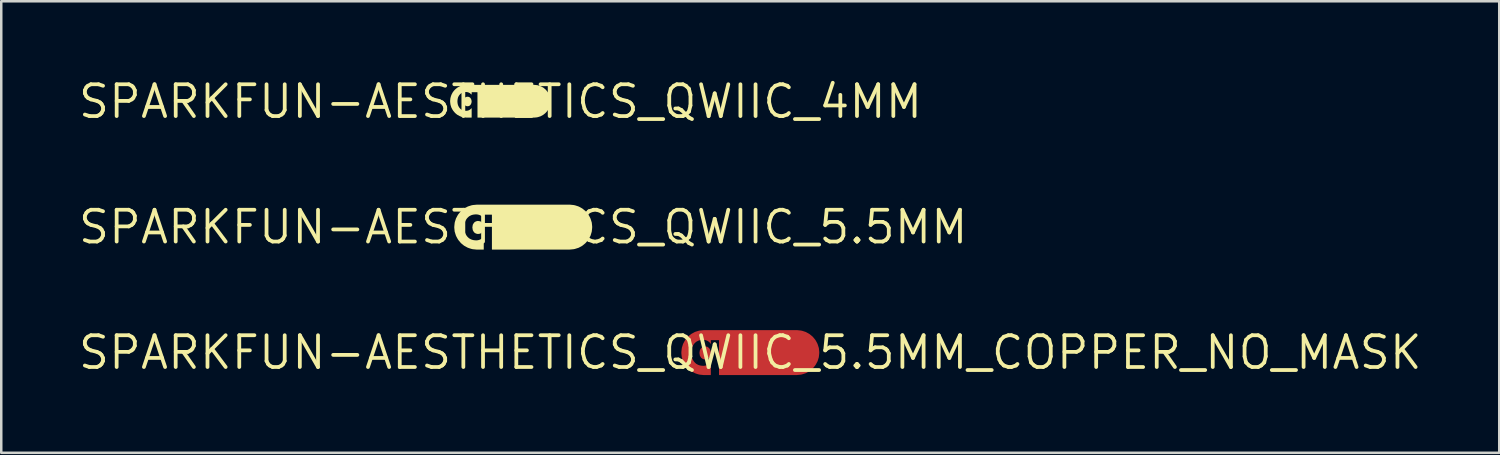
<source format=kicad_pcb>
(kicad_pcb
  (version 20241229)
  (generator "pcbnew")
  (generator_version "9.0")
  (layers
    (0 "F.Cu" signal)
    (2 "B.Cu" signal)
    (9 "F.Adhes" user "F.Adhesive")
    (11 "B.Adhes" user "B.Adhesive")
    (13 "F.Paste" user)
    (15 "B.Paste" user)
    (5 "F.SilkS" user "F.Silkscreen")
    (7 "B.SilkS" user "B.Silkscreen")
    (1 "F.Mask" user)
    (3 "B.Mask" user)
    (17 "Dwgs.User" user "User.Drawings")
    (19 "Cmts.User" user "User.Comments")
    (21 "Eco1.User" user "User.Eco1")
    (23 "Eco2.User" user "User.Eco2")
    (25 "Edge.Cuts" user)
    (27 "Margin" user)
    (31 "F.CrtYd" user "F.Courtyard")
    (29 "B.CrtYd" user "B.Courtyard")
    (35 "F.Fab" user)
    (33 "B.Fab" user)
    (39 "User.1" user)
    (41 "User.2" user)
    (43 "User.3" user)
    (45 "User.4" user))
  (footprint "SPARKFUN-AESTHETICS_QWIIC_5.5MM"
    (layer "F.Cu")
    (at 17.848 6.019)
    (property "Reference" "SPARKFUN-AESTHETICS_QWIIC_5.5MM" (at 0 0 0) (layer "F.SilkS") (effects (font (size 1.27 1.27) (thickness 0.15))))
    (fp_poly (pts (xy -1.761 -0.237) (xy -1.708 -0.227) (xy -1.665 -0.194) (xy -1.627 -0.157) (xy -1.601 -0.11) (xy -1.585 -0.06) (xy -1.577 -0.008) (xy -1.578 0.045) (xy -1.586 0.097) (xy -1.603 0.147) (xy -1.629 0.194) (xy -1.667 0.23) (xy -1.71 0.262) (xy -1.763 0.273) (xy -1.815 0.277) (xy -1.868 0.266) (xy -1.916 0.245) (xy -1.959 0.212) (xy -1.988 0.168) (xy -2.013 0.121) (xy -2.029 0.016) (xy -2.013 -0.089) (xy -1.987 -0.136) (xy -1.957 -0.179) (xy -1.914 -0.212) (xy -1.866 -0.232) (xy -1.813 -0.243)) (stroke (width 0) (type default)) (fill yes) (layer "F.SilkS"))
    (fp_poly (pts (xy 1.914 -0.889) (xy 2.02 -0.878) (xy 2.072 -0.867) (xy 2.174 -0.835) (xy 2.224 -0.817) (xy 2.364 -0.74) (xy 2.487 -0.639) (xy 2.523 -0.599) (xy 2.591 -0.517) (xy 2.62 -0.472) (xy 2.671 -0.379) (xy 2.693 -0.33) (xy 2.741 -0.178) (xy 2.757 -0.019) (xy 2.756 0.034) (xy 2.745 0.14) (xy 2.738 0.193) (xy 2.691 0.346) (xy 2.616 0.487) (xy 2.585 0.53) (xy 2.518 0.612) (xy 2.481 0.651) (xy 2.357 0.752) (xy 2.216 0.828) (xy 2.064 0.876) (xy 2.012 0.886) (xy 1.853 0.901) (xy -1.246 0.901) (xy -1.248 0.867) (xy -1.248 -0.495) (xy -1.25 -0.495) (xy -1.573 -0.495) (xy -1.574 -0.461) (xy -1.574 -0.408) (xy -1.574 -0.34) (xy -1.628 -0.409) (xy -1.669 -0.441) (xy -1.713 -0.468) (xy -1.762 -0.487) (xy -1.812 -0.499) (xy -1.864 -0.505) (xy -1.916 -0.504) (xy -1.968 -0.499) (xy -2.019 -0.489) (xy -2.069 -0.474) (xy -2.116 -0.451) (xy -2.161 -0.426) (xy -2.2 -0.391) (xy -2.237 -0.354) (xy -2.268 -0.312) (xy -2.294 -0.267) (xy -2.316 -0.22) (xy -2.331 -0.17) (xy -2.344 -0.119) (xy -2.351 -0.067) (xy -2.355 -0.015) (xy -2.354 0.037) (xy -2.35 0.09) (xy -2.343 0.141) (xy -2.33 0.192) (xy -2.314 0.242) (xy -2.293 0.289) (xy -2.267 0.334) (xy -2.236 0.377) (xy -2.2 0.414) (xy -2.161 0.449) (xy -2.116 0.475) (xy -2.069 0.498) (xy -2.02 0.514) (xy -1.969 0.525) (xy -1.917 0.53) (xy -1.865 0.533) (xy -1.813 0.527) (xy -1.762 0.516) (xy -1.714 0.497) (xy -1.669 0.471) (xy -1.629 0.438) (xy -1.575 0.377) (xy -1.574 0.433) (xy -1.574 0.857) (xy -1.575 0.901) (xy -1.859 0.901) (xy -2.018 0.885) (xy -2.07 0.873) (xy -2.171 0.841) (xy -2.221 0.822) (xy -2.361 0.745) (xy -2.484 0.644) (xy -2.587 0.521) (xy -2.616 0.476) (xy -2.667 0.383) (xy -2.689 0.334) (xy -2.736 0.182) (xy -2.752 0.023) (xy -2.75 -0.031) (xy -2.739 -0.136) (xy -2.732 -0.189) (xy -2.684 -0.342) (xy -2.609 -0.483) (xy -2.578 -0.526) (xy -2.51 -0.608) (xy -2.473 -0.646) (xy -2.391 -0.714) (xy -2.348 -0.746) (xy -2.208 -0.822) (xy -2.055 -0.87) (xy -2.003 -0.879) (xy -1.844 -0.894) (xy 1.862 -0.894)) (stroke (width 0) (type default)) (fill yes) (layer "F.SilkS")))
  (footprint "SPARKFUN-AESTHETICS_QWIIC_4MM"
    (layer "F.Cu")
    (at 16.941 1.006)
    (property "Reference" "SPARKFUN-AESTHETICS_QWIIC_4MM" (at 0 0 0) (layer "F.SilkS") (effects (font (size 1.27 1.27) (thickness 0.15))))
    (fp_poly (pts (xy -1.253 -0.182) (xy -1.208 -0.151) (xy -1.177 -0.107) (xy -1.159 -0.058) (xy -1.151 -0.004) (xy -1.158 0.049) (xy -1.175 0.099) (xy -1.205 0.143) (xy -1.249 0.176) (xy -1.302 0.188) (xy -1.356 0.183) (xy -1.405 0.162) (xy -1.445 0.126) (xy -1.471 0.079) (xy -1.481 0.026) (xy -1.481 -0.027) (xy -1.473 -0.08) (xy -1.447 -0.128) (xy -1.408 -0.165) (xy -1.359 -0.187) (xy -1.306 -0.193)) (stroke (width 0) (type default)) (fill yes) (layer "F.SilkS"))
    (fp_poly (pts (xy 1.366 -0.665) (xy 1.472 -0.654) (xy 1.574 -0.624) (xy 1.623 -0.604) (xy 1.717 -0.552) (xy 1.799 -0.484) (xy 1.835 -0.444) (xy 1.869 -0.403) (xy 1.9 -0.359) (xy 1.95 -0.265) (xy 1.982 -0.163) (xy 1.991 -0.11) (xy 2 -0.004) (xy 1.989 0.103) (xy 1.977 0.154) (xy 1.961 0.205) (xy 1.942 0.255) (xy 1.891 0.35) (xy 1.824 0.432) (xy 1.786 0.47) (xy 1.702 0.536) (xy 1.608 0.587) (xy 1.507 0.62) (xy 1.454 0.632) (xy 1.348 0.642) (xy -0.916 0.642) (xy -0.917 0.617) (xy -0.919 -0.342) (xy -0.92 -0.342) (xy -0.919 -0.373) (xy -1.149 -0.373) (xy -1.15 -0.351) (xy -1.15 -0.277) (xy -1.185 -0.304) (xy -1.226 -0.337) (xy -1.271 -0.36) (xy -1.321 -0.375) (xy -1.372 -0.381) (xy -1.424 -0.378) (xy -1.475 -0.369) (xy -1.525 -0.353) (xy -1.57 -0.328) (xy -1.61 -0.295) (xy -1.644 -0.256) (xy -1.672 -0.213) (xy -1.694 -0.166) (xy -1.707 -0.115) (xy -1.715 -0.064) (xy -1.719 -0.012) (xy -1.716 0.041) (xy -1.709 0.092) (xy -1.696 0.143) (xy -1.675 0.191) (xy -1.649 0.235) (xy -1.616 0.276) (xy -1.578 0.31) (xy -1.533 0.336) (xy -1.484 0.354) (xy -1.434 0.366) (xy -1.382 0.371) (xy -1.33 0.367) (xy -1.28 0.355) (xy -1.234 0.333) (xy -1.193 0.302) (xy -1.15 0.262) (xy -1.15 0.595) (xy -1.152 0.642) (xy -1.327 0.642) (xy -1.38 0.64) (xy -1.486 0.629) (xy -1.589 0.598) (xy -1.638 0.577) (xy -1.731 0.525) (xy -1.813 0.456) (xy -1.882 0.375) (xy -1.912 0.331) (xy -1.962 0.237) (xy -1.994 0.134) (xy -2.002 0.082) (xy -2.008 0.029) (xy -2.011 -0.025) (xy -2 -0.131) (xy -1.987 -0.183) (xy -1.971 -0.234) (xy -1.952 -0.283) (xy -1.901 -0.377) (xy -1.833 -0.46) (xy -1.794 -0.497) (xy -1.753 -0.531) (xy -1.71 -0.562) (xy -1.616 -0.614) (xy -1.514 -0.646) (xy -1.462 -0.657) (xy -1.356 -0.667) (xy 1.346 -0.667)) (stroke (width 0) (type default)) (fill yes) (layer "F.SilkS")))
  (footprint "SPARKFUN-AESTHETICS_QWIIC_5.5MM_COPPER_NO_MASK"
    (layer "F.Cu")
    (at 26.919 11.031)
    (property "Reference" "SPARKFUN-AESTHETICS_QWIIC_5.5MM_COPPER_NO_MASK" (at 0 0 0) (layer "F.SilkS") (effects (font (size 1.27 1.27) (thickness 0.15))))
    (fp_poly (pts (xy -1.761 -0.237) (xy -1.708 -0.227) (xy -1.665 -0.194) (xy -1.627 -0.157) (xy -1.601 -0.11) (xy -1.585 -0.06) (xy -1.577 -0.008) (xy -1.578 0.045) (xy -1.586 0.097) (xy -1.603 0.147) (xy -1.629 0.194) (xy -1.667 0.23) (xy -1.71 0.262) (xy -1.763 0.273) (xy -1.815 0.277) (xy -1.868 0.266) (xy -1.916 0.245) (xy -1.959 0.212) (xy -1.988 0.168) (xy -2.013 0.121) (xy -2.029 0.016) (xy -2.013 -0.089) (xy -1.987 -0.136) (xy -1.957 -0.179) (xy -1.914 -0.212) (xy -1.866 -0.232) (xy -1.813 -0.243)) (stroke (width 0) (type default)) (fill yes) (layer "F.Cu"))
    (fp_poly (pts (xy 1.914 -0.889) (xy 2.02 -0.878) (xy 2.072 -0.867) (xy 2.174 -0.835) (xy 2.224 -0.817) (xy 2.364 -0.74) (xy 2.487 -0.639) (xy 2.523 -0.599) (xy 2.591 -0.517) (xy 2.62 -0.472) (xy 2.671 -0.379) (xy 2.693 -0.33) (xy 2.741 -0.178) (xy 2.757 -0.019) (xy 2.756 0.034) (xy 2.745 0.14) (xy 2.738 0.193) (xy 2.691 0.346) (xy 2.616 0.487) (xy 2.585 0.53) (xy 2.518 0.612) (xy 2.481 0.651) (xy 2.357 0.752) (xy 2.216 0.828) (xy 2.064 0.876) (xy 2.012 0.886) (xy 1.853 0.901) (xy -1.246 0.901) (xy -1.248 0.867) (xy -1.248 -0.495) (xy -1.25 -0.495) (xy -1.573 -0.495) (xy -1.574 -0.461) (xy -1.574 -0.408) (xy -1.574 -0.34) (xy -1.628 -0.409) (xy -1.669 -0.441) (xy -1.713 -0.468) (xy -1.762 -0.487) (xy -1.812 -0.499) (xy -1.864 -0.505) (xy -1.916 -0.504) (xy -1.968 -0.499) (xy -2.019 -0.489) (xy -2.069 -0.474) (xy -2.116 -0.451) (xy -2.161 -0.426) (xy -2.2 -0.391) (xy -2.237 -0.354) (xy -2.268 -0.312) (xy -2.294 -0.267) (xy -2.316 -0.22) (xy -2.331 -0.17) (xy -2.344 -0.119) (xy -2.351 -0.067) (xy -2.355 -0.015) (xy -2.354 0.037) (xy -2.35 0.09) (xy -2.343 0.141) (xy -2.33 0.192) (xy -2.314 0.242) (xy -2.293 0.289) (xy -2.267 0.334) (xy -2.236 0.377) (xy -2.2 0.414) (xy -2.161 0.449) (xy -2.116 0.475) (xy -2.069 0.498) (xy -2.02 0.514) (xy -1.969 0.525) (xy -1.917 0.53) (xy -1.865 0.533) (xy -1.813 0.527) (xy -1.762 0.516) (xy -1.714 0.497) (xy -1.669 0.471) (xy -1.629 0.438) (xy -1.575 0.377) (xy -1.574 0.433) (xy -1.574 0.857) (xy -1.575 0.901) (xy -1.859 0.901) (xy -2.018 0.885) (xy -2.07 0.873) (xy -2.171 0.841) (xy -2.221 0.822) (xy -2.361 0.745) (xy -2.484 0.644) (xy -2.587 0.521) (xy -2.616 0.476) (xy -2.667 0.383) (xy -2.689 0.334) (xy -2.736 0.182) (xy -2.752 0.023) (xy -2.75 -0.031) (xy -2.739 -0.136) (xy -2.732 -0.189) (xy -2.684 -0.342) (xy -2.609 -0.483) (xy -2.578 -0.526) (xy -2.51 -0.608) (xy -2.473 -0.646) (xy -2.391 -0.714) (xy -2.348 -0.746) (xy -2.208 -0.822) (xy -2.055 -0.87) (xy -2.003 -0.879) (xy -1.844 -0.894) (xy 1.862 -0.894)) (stroke (width 0) (type default)) (fill yes) (layer "F.Cu"))
    (fp_poly (pts (xy -1.761 -0.237) (xy -1.708 -0.227) (xy -1.665 -0.194) (xy -1.627 -0.157) (xy -1.601 -0.11) (xy -1.585 -0.06) (xy -1.577 -0.008) (xy -1.578 0.045) (xy -1.586 0.097) (xy -1.603 0.147) (xy -1.629 0.194) (xy -1.667 0.23) (xy -1.71 0.262) (xy -1.763 0.273) (xy -1.815 0.277) (xy -1.868 0.266) (xy -1.916 0.245) (xy -1.959 0.212) (xy -1.988 0.168) (xy -2.013 0.121) (xy -2.029 0.016) (xy -2.013 -0.089) (xy -1.987 -0.136) (xy -1.957 -0.179) (xy -1.914 -0.212) (xy -1.866 -0.232) (xy -1.813 -0.243)) (stroke (width 0) (type default)) (fill yes) (layer "F.Mask"))
    (fp_poly (pts (xy 1.914 -0.889) (xy 2.02 -0.878) (xy 2.072 -0.867) (xy 2.174 -0.835) (xy 2.224 -0.817) (xy 2.364 -0.74) (xy 2.487 -0.639) (xy 2.523 -0.599) (xy 2.591 -0.517) (xy 2.62 -0.472) (xy 2.671 -0.379) (xy 2.693 -0.33) (xy 2.741 -0.178) (xy 2.757 -0.019) (xy 2.756 0.034) (xy 2.745 0.14) (xy 2.738 0.193) (xy 2.691 0.346) (xy 2.616 0.487) (xy 2.585 0.53) (xy 2.518 0.612) (xy 2.481 0.651) (xy 2.357 0.752) (xy 2.216 0.828) (xy 2.064 0.876) (xy 2.012 0.886) (xy 1.853 0.901) (xy -1.246 0.901) (xy -1.248 0.867) (xy -1.248 -0.495) (xy -1.25 -0.495) (xy -1.573 -0.495) (xy -1.574 -0.461) (xy -1.574 -0.408) (xy -1.574 -0.34) (xy -1.628 -0.409) (xy -1.669 -0.441) (xy -1.713 -0.468) (xy -1.762 -0.487) (xy -1.812 -0.499) (xy -1.864 -0.505) (xy -1.916 -0.504) (xy -1.968 -0.499) (xy -2.019 -0.489) (xy -2.069 -0.474) (xy -2.116 -0.451) (xy -2.161 -0.426) (xy -2.2 -0.391) (xy -2.237 -0.354) (xy -2.268 -0.312) (xy -2.294 -0.267) (xy -2.316 -0.22) (xy -2.331 -0.17) (xy -2.344 -0.119) (xy -2.351 -0.067) (xy -2.355 -0.015) (xy -2.354 0.037) (xy -2.35 0.09) (xy -2.343 0.141) (xy -2.33 0.192) (xy -2.314 0.242) (xy -2.293 0.289) (xy -2.267 0.334) (xy -2.236 0.377) (xy -2.2 0.414) (xy -2.161 0.449) (xy -2.116 0.475) (xy -2.069 0.498) (xy -2.02 0.514) (xy -1.969 0.525) (xy -1.917 0.53) (xy -1.865 0.533) (xy -1.813 0.527) (xy -1.762 0.516) (xy -1.714 0.497) (xy -1.669 0.471) (xy -1.629 0.438) (xy -1.575 0.377) (xy -1.574 0.433) (xy -1.574 0.857) (xy -1.575 0.901) (xy -1.859 0.901) (xy -2.018 0.885) (xy -2.07 0.873) (xy -2.171 0.841) (xy -2.221 0.822) (xy -2.361 0.745) (xy -2.484 0.644) (xy -2.587 0.521) (xy -2.616 0.476) (xy -2.667 0.383) (xy -2.689 0.334) (xy -2.736 0.182) (xy -2.752 0.023) (xy -2.75 -0.031) (xy -2.739 -0.136) (xy -2.732 -0.189) (xy -2.684 -0.342) (xy -2.609 -0.483) (xy -2.578 -0.526) (xy -2.51 -0.608) (xy -2.473 -0.646) (xy -2.391 -0.714) (xy -2.348 -0.746) (xy -2.208 -0.822) (xy -2.055 -0.87) (xy -2.003 -0.879) (xy -1.844 -0.894) (xy 1.862 -0.894)) (stroke (width 0) (type default)) (fill yes) (layer "F.Mask")))
  (gr_rect
    (start -3 -3)
    (end 56.838 15.037)
    (stroke (width 0.1) (type default))
    (fill no)
    (layer "Edge.Cuts")))
</source>
